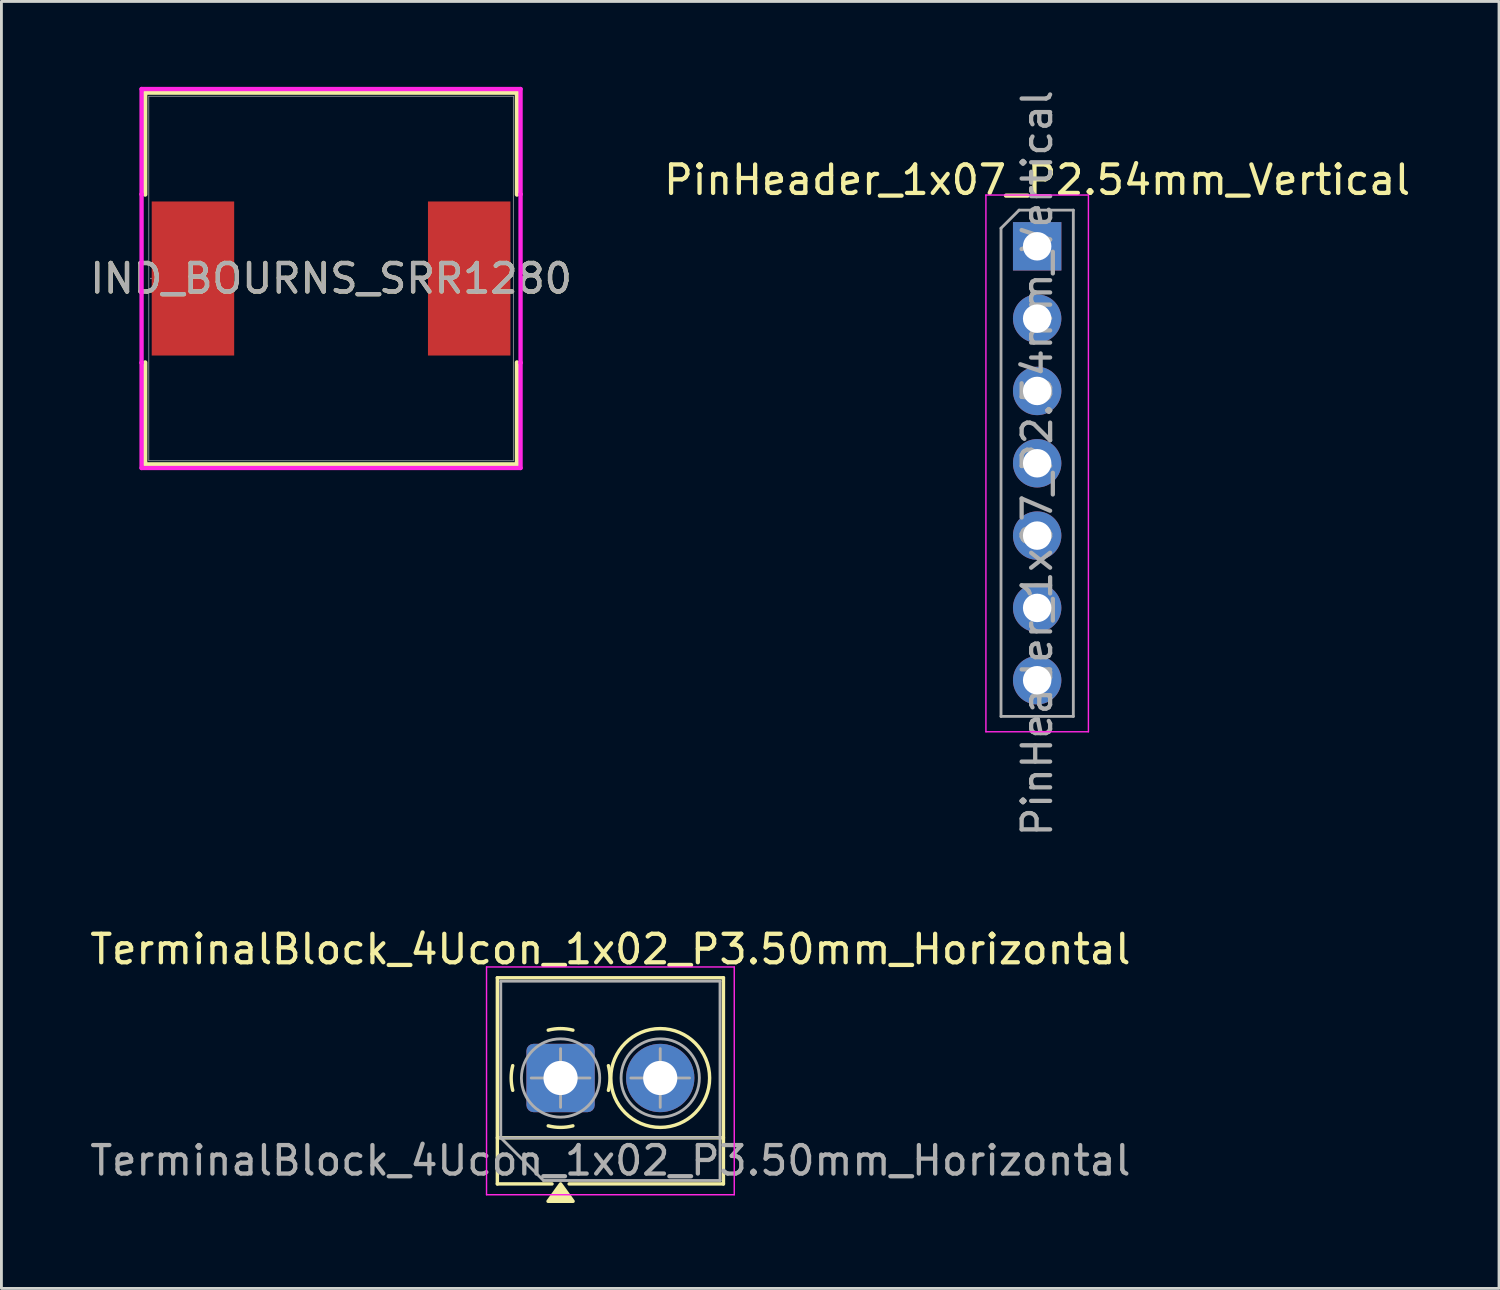
<source format=kicad_pcb>
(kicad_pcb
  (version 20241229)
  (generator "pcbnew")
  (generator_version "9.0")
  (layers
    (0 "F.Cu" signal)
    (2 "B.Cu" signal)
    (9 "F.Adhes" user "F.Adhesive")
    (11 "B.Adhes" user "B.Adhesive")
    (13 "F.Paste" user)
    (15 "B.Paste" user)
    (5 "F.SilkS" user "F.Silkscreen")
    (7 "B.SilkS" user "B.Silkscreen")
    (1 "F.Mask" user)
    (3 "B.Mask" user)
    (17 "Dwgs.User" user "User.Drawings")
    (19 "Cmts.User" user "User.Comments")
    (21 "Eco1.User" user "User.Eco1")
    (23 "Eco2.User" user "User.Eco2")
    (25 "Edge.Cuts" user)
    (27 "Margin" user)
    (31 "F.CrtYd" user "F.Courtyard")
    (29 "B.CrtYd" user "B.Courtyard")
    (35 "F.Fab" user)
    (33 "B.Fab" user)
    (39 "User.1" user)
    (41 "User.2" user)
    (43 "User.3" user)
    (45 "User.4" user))
  (footprint "TerminalBlock_4Ucon_1x02_P3.50mm_Horizontal"
    (layer "F.Cu")
    (at 16.637 34.809)
    (property "Reference" "TerminalBlock_4Ucon_1x02_P3.50mm_Horizontal" (at 1.75 -4.52 0) (layer "F.SilkS") (effects (font (size 1 1) (thickness 0.15))))
    (attr through_hole)
    (fp_line (start -2.22 -3.52) (end -2.22 3.72) (stroke (width 0.12) (type solid)) (layer "F.SilkS"))
    (fp_line (start -2.22 -3.52) (end 5.72 -3.52) (stroke (width 0.12) (type solid)) (layer "F.SilkS"))
    (fp_line (start -2.22 2.1) (end 5.72 2.1) (stroke (width 0.12) (type solid)) (layer "F.SilkS"))
    (fp_line (start -2.22 3.72) (end -0.3 3.72) (stroke (width 0.12) (type solid)) (layer "F.SilkS"))
    (fp_line (start 0.3 3.72) (end 5.72 3.72) (stroke (width 0.12) (type solid)) (layer "F.SilkS"))
    (fp_line (start 5.72 -3.52) (end 5.72 3.72) (stroke (width 0.12) (type solid)) (layer "F.SilkS"))
    (fp_arc (start -1.68 0.433) (mid -1.734903 -0.000376) (end -1.679812 -0.433727) (stroke (width 0.12) (type solid)) (layer "F.SilkS"))
    (fp_arc (start -0.433 -1.68) (mid 0.000376 -1.734903) (end 0.433727 -1.679812) (stroke (width 0.12) (type solid)) (layer "F.SilkS"))
    (fp_arc (start 0.433 1.68) (mid -0.000376 1.734903) (end -0.433727 1.679812) (stroke (width 0.12) (type solid)) (layer "F.SilkS"))
    (fp_arc (start 1.68 -0.433) (mid 1.734903 0.000376) (end 1.679812 0.433727) (stroke (width 0.12) (type solid)) (layer "F.SilkS"))
    (fp_circle (center 3.5 0) (end 5.235 0) (stroke (width 0.12) (type solid)) (fill no) (layer "F.SilkS"))
    (fp_poly (pts (xy 0 3.72) (xy 0.44 4.33) (xy -0.44 4.33) (xy 0 3.72)) (stroke (width 0.12) (type solid)) (fill yes) (layer "F.SilkS"))
    (fp_line (start -2.6 -3.9) (end -2.6 4.1) (stroke (width 0.05) (type solid)) (layer "F.CrtYd"))
    (fp_line (start -2.6 4.1) (end 6.1 4.1) (stroke (width 0.05) (type solid)) (layer "F.CrtYd"))
    (fp_line (start 6.1 -3.9) (end -2.6 -3.9) (stroke (width 0.05) (type solid)) (layer "F.CrtYd"))
    (fp_line (start 6.1 4.1) (end 6.1 -3.9) (stroke (width 0.05) (type solid)) (layer "F.CrtYd"))
    (fp_line (start -2.1 -3.4) (end 5.6 -3.4) (stroke (width 0.1) (type solid)) (layer "F.Fab"))
    (fp_line (start -2.1 2.1) (end -2.1 -3.4) (stroke (width 0.1) (type solid)) (layer "F.Fab"))
    (fp_line (start -2.1 2.1) (end 5.6 2.1) (stroke (width 0.1) (type solid)) (layer "F.Fab"))
    (fp_line (start -1.031 0) (end 1.031 0) (stroke (width 0.1) (type solid)) (layer "F.Fab"))
    (fp_line (start -0.6 3.6) (end -2.1 2.1) (stroke (width 0.1) (type solid)) (layer "F.Fab"))
    (fp_line (start 0 -1.031) (end 0 1.031) (stroke (width 0.1) (type solid)) (layer "F.Fab"))
    (fp_line (start 2.469 0) (end 4.531 0) (stroke (width 0.1) (type solid)) (layer "F.Fab"))
    (fp_line (start 3.5 -1.031) (end 3.5 1.031) (stroke (width 0.1) (type solid)) (layer "F.Fab"))
    (fp_line (start 5.6 -3.4) (end 5.6 3.6) (stroke (width 0.1) (type solid)) (layer "F.Fab"))
    (fp_line (start 5.6 3.6) (end -0.6 3.6) (stroke (width 0.1) (type solid)) (layer "F.Fab"))
    (fp_circle (center 0 0) (end 1.375 0) (stroke (width 0.1) (type solid)) (fill no) (layer "F.Fab"))
    (fp_circle (center 3.5 0) (end 4.875 0) (stroke (width 0.1) (type solid)) (fill no) (layer "F.Fab"))
    (fp_text user "${REFERENCE}" (at 1.75 2.9 0) (layer "F.Fab") (effects (font (size 1 1) (thickness 0.15))))
    (pad "1" thru_hole roundrect (at 0 0) (size 2.4 2.4) (drill 1.2) (layers "*.Cu" "*.Mask") (roundrect_rratio 0.104))
    (pad "2" thru_hole circle (at 3.5 0) (size 2.4 2.4) (drill 1.2) (layers "*.Cu" "*.Mask")))
  (footprint "IND_BOURNS_SRR1280"
    (layer "F.Cu")
    (at 8.577 6.731)
    (property "Reference" "IND_BOURNS_SRR1280" (at 0 0 0) (unlocked yes) (layer "F.SilkS") (effects (font (size 1 1) (thickness 0.15))))
    (attr smd)
    (fp_line (start -6.528 -6.528) (end -6.528 -2.947) (stroke (width 0.152) (type solid)) (layer "F.SilkS"))
    (fp_line (start -6.528 2.947) (end -6.528 6.528) (stroke (width 0.152) (type solid)) (layer "F.SilkS"))
    (fp_line (start -6.528 6.528) (end 6.528 6.528) (stroke (width 0.152) (type solid)) (layer "F.SilkS"))
    (fp_line (start 6.528 -6.528) (end -6.528 -6.528) (stroke (width 0.152) (type solid)) (layer "F.SilkS"))
    (fp_line (start 6.528 -2.947) (end 6.528 -6.528) (stroke (width 0.152) (type solid)) (layer "F.SilkS"))
    (fp_line (start 6.528 6.528) (end 6.528 2.947) (stroke (width 0.152) (type solid)) (layer "F.SilkS"))
    (fp_line (start -6.655 -6.655) (end 6.655 -6.655) (stroke (width 0.152) (type solid)) (layer "F.CrtYd"))
    (fp_line (start -6.655 -2.959) (end -6.655 -6.655) (stroke (width 0.152) (type solid)) (layer "F.CrtYd"))
    (fp_line (start -6.655 -2.959) (end -6.655 -2.959) (stroke (width 0.152) (type solid)) (layer "F.CrtYd"))
    (fp_line (start -6.655 2.959) (end -6.655 -2.959) (stroke (width 0.152) (type solid)) (layer "F.CrtYd"))
    (fp_line (start -6.655 2.959) (end -6.655 2.959) (stroke (width 0.152) (type solid)) (layer "F.CrtYd"))
    (fp_line (start -6.655 6.655) (end -6.655 2.959) (stroke (width 0.152) (type solid)) (layer "F.CrtYd"))
    (fp_line (start 6.655 -6.655) (end 6.655 -2.959) (stroke (width 0.152) (type solid)) (layer "F.CrtYd"))
    (fp_line (start 6.655 -2.959) (end 6.655 -2.959) (stroke (width 0.152) (type solid)) (layer "F.CrtYd"))
    (fp_line (start 6.655 -2.959) (end 6.655 2.959) (stroke (width 0.152) (type solid)) (layer "F.CrtYd"))
    (fp_line (start 6.655 2.959) (end 6.655 2.959) (stroke (width 0.152) (type solid)) (layer "F.CrtYd"))
    (fp_line (start 6.655 2.959) (end 6.655 6.655) (stroke (width 0.152) (type solid)) (layer "F.CrtYd"))
    (fp_line (start 6.655 6.655) (end -6.655 6.655) (stroke (width 0.152) (type solid)) (layer "F.CrtYd"))
    (fp_line (start -6.401 -6.401) (end -6.401 6.401) (stroke (width 0.025) (type solid)) (layer "F.Fab"))
    (fp_line (start -6.401 6.401) (end 6.401 6.401) (stroke (width 0.025) (type solid)) (layer "F.Fab"))
    (fp_line (start 6.401 -6.401) (end -6.401 -6.401) (stroke (width 0.025) (type solid)) (layer "F.Fab"))
    (fp_line (start 6.401 6.401) (end 6.401 -6.401) (stroke (width 0.025) (type solid)) (layer "F.Fab"))
    (fp_circle (center -6.325 0) (end -6.325 0) (stroke (width 0.025) (type solid)) (fill no) (layer "F.Fab"))
    (fp_text user "${REFERENCE}" (at 0 0 0) (unlocked yes) (layer "F.Fab") (effects (font (size 1 1) (thickness 0.15))))
    (pad "1" smd rect (at -4.851 0) (size 2.896 5.41) (layers "F.Cu" "F.Mask" "F.Paste"))
    (pad "2" smd rect (at 4.851 0) (size 2.896 5.41) (layers "F.Cu" "F.Mask" "F.Paste"))
    (zone (net_name "") (layer "F.Cu") (hatch full 0.508) (connect_pads) (min_thickness 0.254) (filled_areas_thickness no) (keepout (tracks not_allowed) (vias not_allowed) (pads allowed) (copperpour not_allowed) (footprints allowed)) (placement (enabled no)) (fill) (polygon (pts (xy 5.225 0.381) (xy 11.93 0.381) (xy 11.93 13.081) (xy 5.225 13.081)))))
  (footprint "PinHeader_1x07_P2.54mm_Vertical"
    (layer "F.Cu")
    (at 33.375 5.6)
    (property "Reference" "PinHeader_1x07_P2.54mm_Vertical" (at 0 -2.33 0) (layer "F.SilkS") (effects (font (size 1 1) (thickness 0.15))))
    (attr through_hole)
    (fp_line (start -1.8 -1.8) (end -1.8 17.05) (stroke (width 0.05) (type solid)) (layer "F.CrtYd"))
    (fp_line (start -1.8 17.05) (end 1.8 17.05) (stroke (width 0.05) (type solid)) (layer "F.CrtYd"))
    (fp_line (start 1.8 -1.8) (end -1.8 -1.8) (stroke (width 0.05) (type solid)) (layer "F.CrtYd"))
    (fp_line (start 1.8 17.05) (end 1.8 -1.8) (stroke (width 0.05) (type solid)) (layer "F.CrtYd"))
    (fp_line (start -1.27 -0.635) (end -0.635 -1.27) (stroke (width 0.1) (type solid)) (layer "F.Fab"))
    (fp_line (start -1.27 16.51) (end -1.27 -0.635) (stroke (width 0.1) (type solid)) (layer "F.Fab"))
    (fp_line (start -0.635 -1.27) (end 1.27 -1.27) (stroke (width 0.1) (type solid)) (layer "F.Fab"))
    (fp_line (start 1.27 -1.27) (end 1.27 16.51) (stroke (width 0.1) (type solid)) (layer "F.Fab"))
    (fp_line (start 1.27 16.51) (end -1.27 16.51) (stroke (width 0.1) (type solid)) (layer "F.Fab"))
    (fp_text user "${REFERENCE}" (at 0 7.62 90) (layer "F.Fab") (effects (font (size 1 1) (thickness 0.15))))
    (pad "1" thru_hole rect (at 0 0) (size 1.7 1.7) (drill 1) (layers "*.Cu" "*.Mask"))
    (pad "2" thru_hole oval (at 0 2.54) (size 1.7 1.7) (drill 1) (layers "*.Cu" "*.Mask"))
    (pad "3" thru_hole oval (at 0 5.08) (size 1.7 1.7) (drill 1) (layers "*.Cu" "*.Mask"))
    (pad "4" thru_hole oval (at 0 7.62) (size 1.7 1.7) (drill 1) (layers "*.Cu" "*.Mask"))
    (pad "5" thru_hole oval (at 0 10.16) (size 1.7 1.7) (drill 1) (layers "*.Cu" "*.Mask"))
    (pad "6" thru_hole oval (at 0 12.7) (size 1.7 1.7) (drill 1) (layers "*.Cu" "*.Mask"))
    (pad "7" thru_hole oval (at 0 15.24) (size 1.7 1.7) (drill 1) (layers "*.Cu" "*.Mask")))
  (gr_rect
    (start -3 -3)
    (end 49.595 42.199)
    (stroke (width 0.1) (type default))
    (fill no)
    (layer "Edge.Cuts")))
</source>
